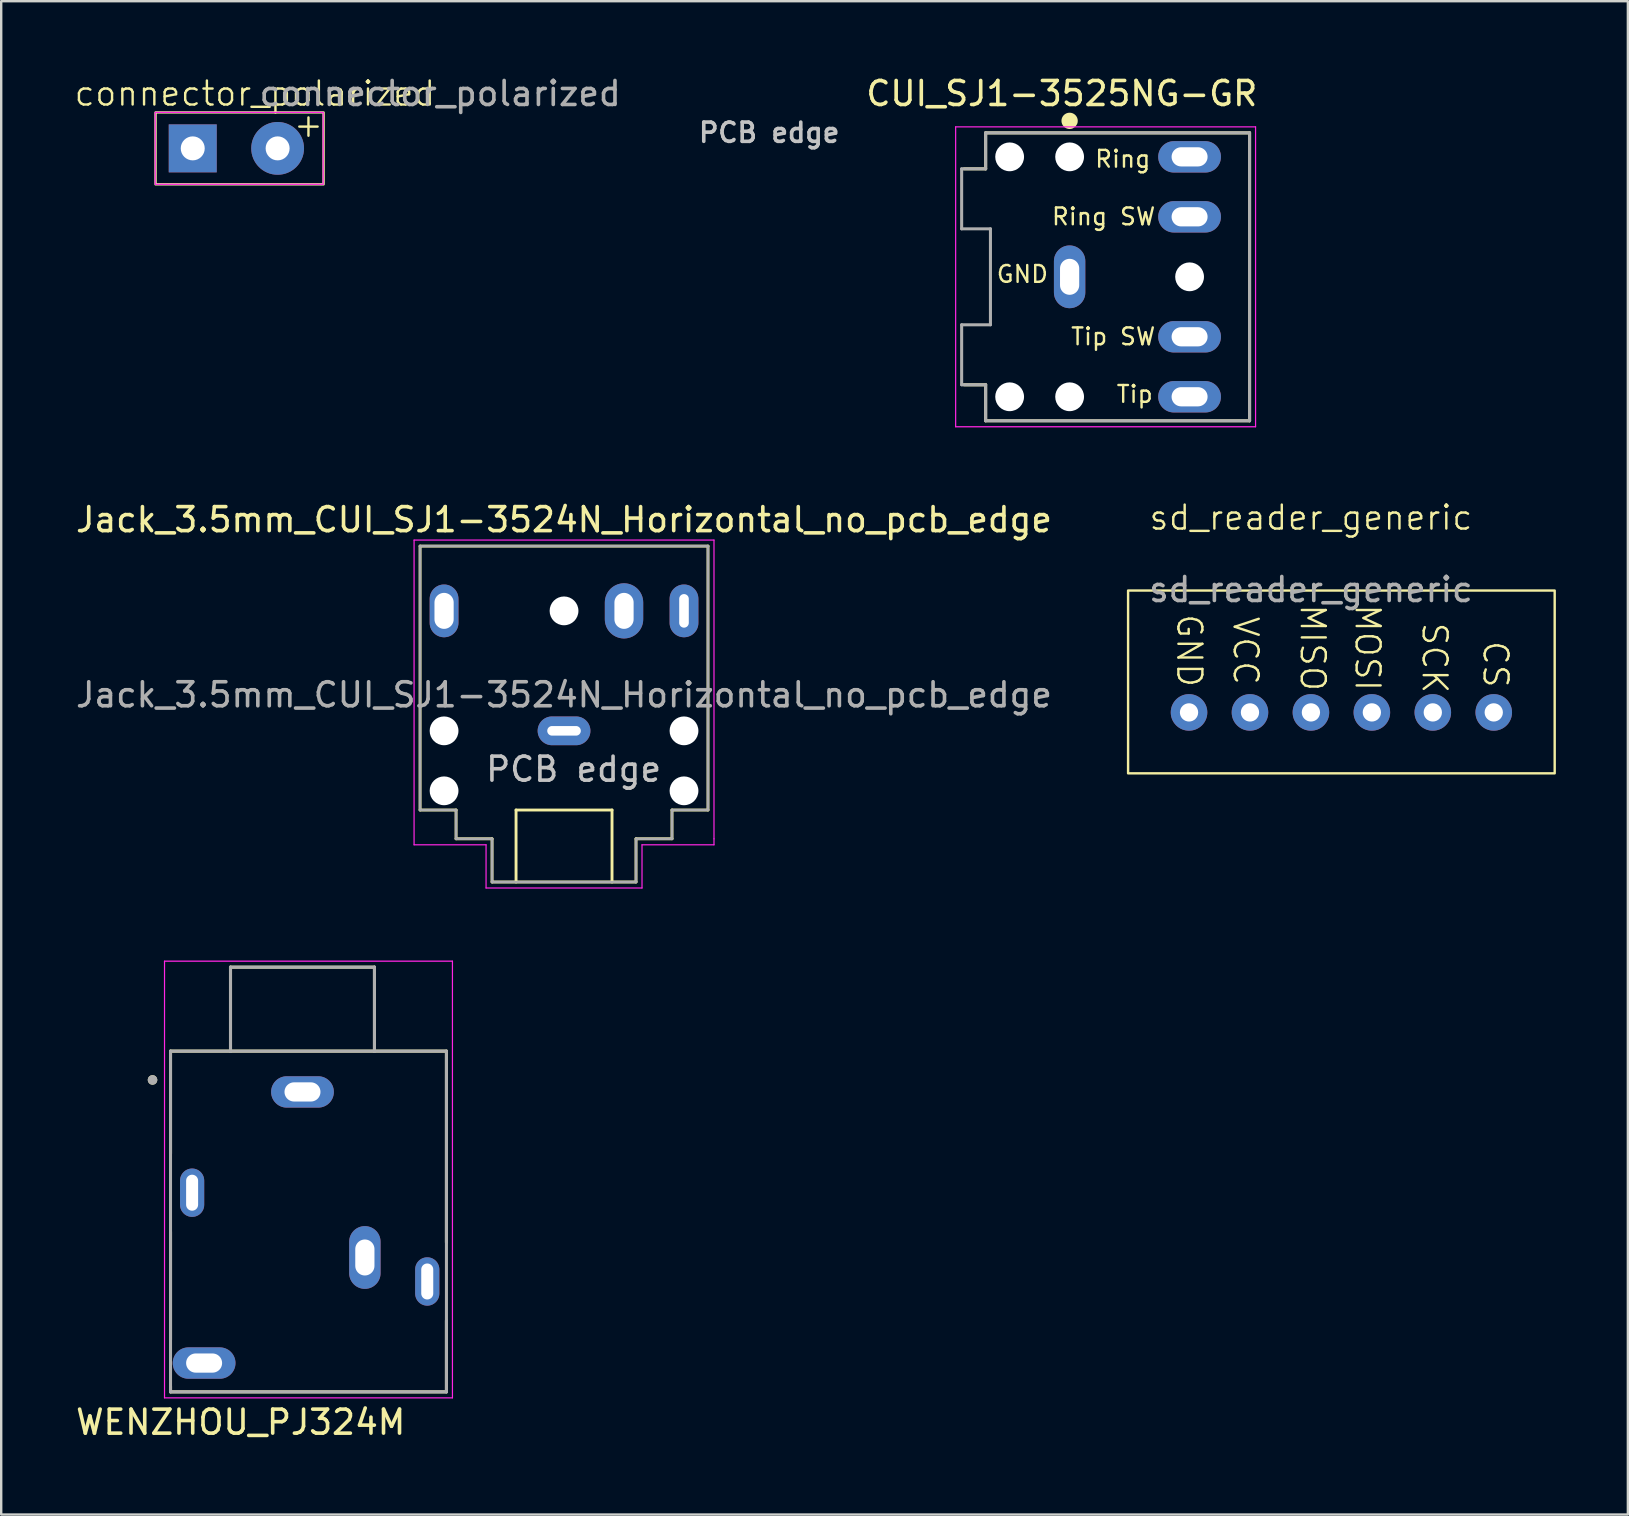
<source format=kicad_pcb>
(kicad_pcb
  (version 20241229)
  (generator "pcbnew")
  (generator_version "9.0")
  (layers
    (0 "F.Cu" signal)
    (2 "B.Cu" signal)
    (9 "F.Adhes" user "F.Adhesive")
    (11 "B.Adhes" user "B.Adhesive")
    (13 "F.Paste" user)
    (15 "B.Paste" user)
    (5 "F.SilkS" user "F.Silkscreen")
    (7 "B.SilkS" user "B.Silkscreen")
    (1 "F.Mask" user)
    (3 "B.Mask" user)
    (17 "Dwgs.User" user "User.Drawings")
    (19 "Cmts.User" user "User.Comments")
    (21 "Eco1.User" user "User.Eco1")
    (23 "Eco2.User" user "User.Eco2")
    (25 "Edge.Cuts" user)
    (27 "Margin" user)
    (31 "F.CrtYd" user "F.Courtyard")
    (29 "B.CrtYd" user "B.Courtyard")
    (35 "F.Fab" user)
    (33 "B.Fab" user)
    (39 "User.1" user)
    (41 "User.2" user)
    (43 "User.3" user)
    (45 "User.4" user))
  (footprint "CUI_SJ1-3525NG-GR"
    (layer "F.Cu")
    (at 41.53 8.487)
    (property "Reference" "CUI_SJ1-3525NG-GR" (at -0.325 -7.638 0) (layer "F.SilkS") (effects (font (size 1 1) (thickness 0.15))))
    (attr through_hole)
    (fp_line (start -4.4 4.5) (end -3.5 4.5) (stroke (width 0.127) (type solid)) (layer "F.SilkS"))
    (fp_line (start -3.5 -6) (end -3.5 -4.5) (stroke (width 0.127) (type solid)) (layer "F.SilkS"))
    (fp_line (start -3.5 -4.5) (end -4.4 -4.5) (stroke (width 0.127) (type solid)) (layer "F.SilkS"))
    (fp_line (start -3.5 4.5) (end -3.5 6) (stroke (width 0.127) (type solid)) (layer "F.SilkS"))
    (fp_line (start 7.5 -6) (end -3.5 -6) (stroke (width 0.127) (type solid)) (layer "F.SilkS"))
    (fp_line (start 7.5 -6) (end 7.5 6) (stroke (width 0.127) (type solid)) (layer "F.SilkS"))
    (fp_line (start 7.5 6) (end -3.5 6) (stroke (width 0.127) (type solid)) (layer "F.SilkS"))
    (fp_circle (center 0 -6.5) (end 0.17 -6.5) (stroke (width 0.34) (type solid)) (fill no) (layer "F.SilkS"))
    (fp_line (start -4.75 -6.25) (end 7.75 -6.25) (stroke (width 0.05) (type solid)) (layer "F.CrtYd"))
    (fp_line (start -4.75 6.25) (end -4.75 -6.25) (stroke (width 0.05) (type solid)) (layer "F.CrtYd"))
    (fp_line (start 7.75 -6.25) (end 7.75 6.25) (stroke (width 0.05) (type solid)) (layer "F.CrtYd"))
    (fp_line (start 7.75 6.25) (end -4.75 6.25) (stroke (width 0.05) (type solid)) (layer "F.CrtYd"))
    (fp_line (start -4.5 -4.5) (end -4.5 -2) (stroke (width 0.127) (type solid)) (layer "F.Fab"))
    (fp_line (start -4.5 -2) (end -3.3 -2) (stroke (width 0.127) (type solid)) (layer "F.Fab"))
    (fp_line (start -4.5 2) (end -4.5 4.5) (stroke (width 0.127) (type solid)) (layer "F.Fab"))
    (fp_line (start -4.5 4.5) (end -3.5 4.5) (stroke (width 0.127) (type solid)) (layer "F.Fab"))
    (fp_line (start -3.5 -6) (end -3.5 -4.5) (stroke (width 0.127) (type solid)) (layer "F.Fab"))
    (fp_line (start -3.5 -4.5) (end -4.5 -4.5) (stroke (width 0.127) (type solid)) (layer "F.Fab"))
    (fp_line (start -3.5 4.5) (end -3.5 6) (stroke (width 0.127) (type solid)) (layer "F.Fab"))
    (fp_line (start -3.3 -2) (end -3.3 2) (stroke (width 0.127) (type solid)) (layer "F.Fab"))
    (fp_line (start -3.3 2) (end -4.5 2) (stroke (width 0.127) (type solid)) (layer "F.Fab"))
    (fp_line (start 7.5 -6) (end -3.5 -6) (stroke (width 0.127) (type solid)) (layer "F.Fab"))
    (fp_line (start 7.5 -6) (end 7.5 6) (stroke (width 0.127) (type solid)) (layer "F.Fab"))
    (fp_line (start 7.5 6) (end -3.5 6) (stroke (width 0.127) (type solid)) (layer "F.Fab"))
    (fp_text user "Ring SW" (at -0.8 -2.1 0) (unlocked yes) (layer "F.SilkS") (effects (font (size 0.7 0.7) (thickness 0.1)) (justify left bottom)))
    (fp_text user "Tip SW" (at 0 2.9 0) (unlocked yes) (layer "F.SilkS") (effects (font (size 0.7 0.7) (thickness 0.1)) (justify left bottom)))
    (fp_text user "Ring" (at 1 -4.5 0) (unlocked yes) (layer "F.SilkS") (effects (font (size 0.7 0.7) (thickness 0.1)) (justify left bottom)))
    (fp_text user "GND" (at -3.1 0.3 0) (unlocked yes) (layer "F.SilkS") (effects (font (size 0.7 0.7) (thickness 0.1)) (justify left bottom)))
    (fp_text user "Tip" (at 1.9 5.3 0) (unlocked yes) (layer "F.SilkS") (effects (font (size 0.7 0.7) (thickness 0.1)) (justify left bottom)))
    (fp_text user "PCB edge" (at -12.521 -6.01 0) (layer "Dwgs.User") (effects (font (size 0.801 0.801) (thickness 0.15))))
    (pad "" np_thru_hole circle (at -2.5 -5) (size 1.2 1.2) (drill 1.2) (layers "*.Cu" "*.Mask"))
    (pad "" np_thru_hole circle (at -2.5 5) (size 1.2 1.2) (drill 1.2) (layers "*.Cu" "*.Mask"))
    (pad "" np_thru_hole circle (at 0 -5) (size 1.2 1.2) (drill 1.2) (layers "*.Cu" "*.Mask"))
    (pad "" np_thru_hole circle (at 0 5) (size 1.2 1.2) (drill 1.2) (layers "*.Cu" "*.Mask"))
    (pad "" np_thru_hole circle (at 5 0) (size 1.2 1.2) (drill 1.2) (layers "*.Cu" "*.Mask"))
    (pad "1" thru_hole oval (at 0 0) (size 1.308 2.616) (drill oval 0.8 1.5) (layers "*.Cu" "*.Mask"))
    (pad "2" thru_hole oval (at 5 5) (size 2.616 1.308) (drill oval 1.5 0.8) (layers "*.Cu" "*.Mask"))
    (pad "3" thru_hole oval (at 5 -5) (size 2.616 1.308) (drill oval 1.5 0.8) (layers "*.Cu" "*.Mask"))
    (pad "4" thru_hole oval (at 5 2.5) (size 2.616 1.308) (drill oval 1.5 0.8) (layers "*.Cu" "*.Mask"))
    (pad "5" thru_hole oval (at 5 -2.5) (size 2.616 1.308) (drill oval 1.5 0.8) (layers "*.Cu" "*.Mask")))
  (footprint "WENZHOU_PJ324M"
    (layer "F.Cu")
    (at 9.557 47.86)
    (property "Reference" "WENZHOU_PJ324M" (at -2.575 8.365 0) (layer "F.SilkS") (effects (font (size 1 1) (thickness 0.15))))
    (attr through_hole)
    (fp_line (start -5.5 -7.1) (end -3 -7.1) (stroke (width 0.127) (type solid)) (layer "F.SilkS"))
    (fp_line (start -5.5 -2.828) (end -5.5 -7.1) (stroke (width 0.127) (type solid)) (layer "F.SilkS"))
    (fp_line (start -5.5 0.428) (end -5.5 4.926) (stroke (width 0.127) (type solid)) (layer "F.SilkS"))
    (fp_line (start -5.5 7.1) (end -5.5 6.874) (stroke (width 0.127) (type solid)) (layer "F.SilkS"))
    (fp_line (start -3 -10.6) (end -3 -7.1) (stroke (width 0.127) (type solid)) (layer "F.SilkS"))
    (fp_line (start -3 -7.1) (end 3 -7.1) (stroke (width 0.127) (type solid)) (layer "F.SilkS"))
    (fp_line (start 3 -10.6) (end -3 -10.6) (stroke (width 0.127) (type solid)) (layer "F.SilkS"))
    (fp_line (start 3 -7.1) (end 3 -10.6) (stroke (width 0.127) (type solid)) (layer "F.SilkS"))
    (fp_line (start 3 -7.1) (end 6 -7.1) (stroke (width 0.127) (type solid)) (layer "F.SilkS"))
    (fp_line (start 6 -7.1) (end 6 0.872) (stroke (width 0.127) (type solid)) (layer "F.SilkS"))
    (fp_line (start 6 7.1) (end -5.5 7.1) (stroke (width 0.127) (type solid)) (layer "F.SilkS"))
    (fp_line (start 6 7.1) (end 6 4.128) (stroke (width 0.127) (type solid)) (layer "F.SilkS"))
    (fp_circle (center -6.25 -5.9) (end -6.15 -5.9) (stroke (width 0.2) (type solid)) (fill no) (layer "F.SilkS"))
    (fp_line (start -5.75 -10.85) (end -5.75 7.35) (stroke (width 0.05) (type solid)) (layer "F.CrtYd"))
    (fp_line (start -5.75 7.35) (end 6.25 7.35) (stroke (width 0.05) (type solid)) (layer "F.CrtYd"))
    (fp_line (start 6.25 -10.85) (end -5.75 -10.85) (stroke (width 0.05) (type solid)) (layer "F.CrtYd"))
    (fp_line (start 6.25 7.35) (end 6.25 -10.85) (stroke (width 0.05) (type solid)) (layer "F.CrtYd"))
    (fp_line (start -5.5 -7.1) (end -3 -7.1) (stroke (width 0.127) (type solid)) (layer "F.Fab"))
    (fp_line (start -5.5 7.1) (end -5.5 -7.1) (stroke (width 0.127) (type solid)) (layer "F.Fab"))
    (fp_line (start -3 -10.6) (end -3 -7.1) (stroke (width 0.127) (type solid)) (layer "F.Fab"))
    (fp_line (start -3 -7.1) (end 3 -7.1) (stroke (width 0.127) (type solid)) (layer "F.Fab"))
    (fp_line (start 3 -10.6) (end -3 -10.6) (stroke (width 0.127) (type solid)) (layer "F.Fab"))
    (fp_line (start 3 -7.1) (end 3 -10.6) (stroke (width 0.127) (type solid)) (layer "F.Fab"))
    (fp_line (start 3 -7.1) (end 6 -7.1) (stroke (width 0.127) (type solid)) (layer "F.Fab"))
    (fp_line (start 6 -7.1) (end 6 7.1) (stroke (width 0.127) (type solid)) (layer "F.Fab"))
    (fp_line (start 6 7.1) (end -5.5 7.1) (stroke (width 0.127) (type solid)) (layer "F.Fab"))
    (fp_circle (center -6.25 -5.9) (end -6.15 -5.9) (stroke (width 0.2) (type solid)) (fill no) (layer "F.Fab"))
    (pad "1" thru_hole oval (at 0 -5.4) (size 2.616 1.308) (drill oval 1.5 0.8) (layers "*.Cu" "*.Mask"))
    (pad "2" thru_hole oval (at 5.2 2.5) (size 1.008 2.016) (drill oval 0.5 1.5) (layers "*.Cu" "*.Mask"))
    (pad "3" thru_hole oval (at 2.6 1.5) (size 1.308 2.616) (drill oval 0.8 1.5) (layers "*.Cu" "*.Mask"))
    (pad "4" thru_hole oval (at -4.1 5.9) (size 2.616 1.308) (drill oval 1.5 0.8) (layers "*.Cu" "*.Mask"))
    (pad "5" thru_hole oval (at -4.6 -1.2) (size 1.008 2.016) (drill oval 0.5 1.5) (layers "*.Cu" "*.Mask")))
  (footprint "Jack_3.5mm_CUI_SJ1-3524N_Horizontal_no_pcb_edge"
    (layer "F.Cu")
    (at 20.458 27.41)
    (property "Reference" "Jack_3.5mm_CUI_SJ1-3524N_Horizontal_no_pcb_edge" (at 0 -8.8 180) (layer "F.SilkS") (effects (font (size 1 1) (thickness 0.15))))
    (attr through_hole exclude_from_pos_files allow_missing_courtyard)
    (fp_line (start -6 -7.7) (end 6 -7.7) (stroke (width 0.12) (type solid)) (layer "F.SilkS"))
    (fp_line (start -6 3.3) (end -6 -7.7) (stroke (width 0.12) (type solid)) (layer "F.SilkS"))
    (fp_line (start -4.5 3.3) (end -6 3.3) (stroke (width 0.12) (type solid)) (layer "F.SilkS"))
    (fp_line (start -4.5 4.5) (end -4.5 3.3) (stroke (width 0.12) (type solid)) (layer "F.SilkS"))
    (fp_line (start -3 4.5) (end -4.5 4.5) (stroke (width 0.12) (type solid)) (layer "F.SilkS"))
    (fp_line (start -3 6.3) (end -3 4.5) (stroke (width 0.12) (type solid)) (layer "F.SilkS"))
    (fp_line (start -2 3.3) (end -2 6.3) (stroke (width 0.12) (type solid)) (layer "F.SilkS"))
    (fp_line (start 2 3.3) (end -2 3.3) (stroke (width 0.12) (type solid)) (layer "F.SilkS"))
    (fp_line (start 2 6.3) (end 2 3.3) (stroke (width 0.12) (type solid)) (layer "F.SilkS"))
    (fp_line (start 3 4.5) (end 3 6.3) (stroke (width 0.12) (type solid)) (layer "F.SilkS"))
    (fp_line (start 3 6.3) (end -3 6.3) (stroke (width 0.12) (type solid)) (layer "F.SilkS"))
    (fp_line (start 4.5 3.3) (end 4.5 4.5) (stroke (width 0.12) (type solid)) (layer "F.SilkS"))
    (fp_line (start 4.5 4.5) (end 3 4.5) (stroke (width 0.12) (type solid)) (layer "F.SilkS"))
    (fp_line (start 6 -7.7) (end 6 3.3) (stroke (width 0.12) (type solid)) (layer "F.SilkS"))
    (fp_line (start 6 3.3) (end 4.5 3.3) (stroke (width 0.12) (type solid)) (layer "F.SilkS"))
    (fp_line (start -6.25 -7.95) (end -6.25 4.75) (stroke (width 0.05) (type solid)) (layer "F.CrtYd"))
    (fp_line (start -6.25 4.75) (end -3.25 4.75) (stroke (width 0.05) (type solid)) (layer "F.CrtYd"))
    (fp_line (start -3.25 4.75) (end -3.25 6.55) (stroke (width 0.05) (type solid)) (layer "F.CrtYd"))
    (fp_line (start -3.25 6.55) (end 3.25 6.55) (stroke (width 0.05) (type solid)) (layer "F.CrtYd"))
    (fp_line (start 3.25 4.75) (end 6.25 4.75) (stroke (width 0.05) (type solid)) (layer "F.CrtYd"))
    (fp_line (start 3.25 6.55) (end 3.25 4.75) (stroke (width 0.05) (type solid)) (layer "F.CrtYd"))
    (fp_line (start 6.25 -7.95) (end -6.25 -7.95) (stroke (width 0.05) (type solid)) (layer "F.CrtYd"))
    (fp_line (start 6.25 4.5) (end 6.25 -7.95) (stroke (width 0.05) (type solid)) (layer "F.CrtYd"))
    (fp_line (start 6.25 4.75) (end 6.25 4.5) (stroke (width 0.05) (type solid)) (layer "F.CrtYd"))
    (fp_line (start -6 -7.7) (end 6 -7.7) (stroke (width 0.1) (type solid)) (layer "F.Fab"))
    (fp_line (start -6 3.3) (end -6 -7.7) (stroke (width 0.1) (type solid)) (layer "F.Fab"))
    (fp_line (start -4.5 3.3) (end -6 3.3) (stroke (width 0.1) (type solid)) (layer "F.Fab"))
    (fp_line (start -4.5 4.5) (end -4.5 3.3) (stroke (width 0.1) (type solid)) (layer "F.Fab"))
    (fp_line (start -4.5 4.5) (end -3 4.5) (stroke (width 0.1) (type solid)) (layer "F.Fab"))
    (fp_line (start -3 4.5) (end -3 6.3) (stroke (width 0.1) (type solid)) (layer "F.Fab"))
    (fp_line (start -3 6.3) (end 3 6.3) (stroke (width 0.1) (type solid)) (layer "F.Fab"))
    (fp_line (start 3 4.5) (end 3 6.3) (stroke (width 0.1) (type solid)) (layer "F.Fab"))
    (fp_line (start 4.5 3.3) (end 6 3.3) (stroke (width 0.1) (type solid)) (layer "F.Fab"))
    (fp_line (start 4.5 4.5) (end 3 4.5) (stroke (width 0.1) (type solid)) (layer "F.Fab"))
    (fp_line (start 4.5 4.5) (end 4.5 3.3) (stroke (width 0.1) (type solid)) (layer "F.Fab"))
    (fp_line (start 6 3.3) (end 6 -7.7) (stroke (width 0.1) (type solid)) (layer "F.Fab"))
    (fp_text user "PCB edge" (at 0.4 1.6 0) (unlocked yes) (layer "Dwgs.User") (effects (font (size 1 1) (thickness 0.15))))
    (fp_text user "${REFERENCE}" (at 0 -1.5 180) (layer "F.Fab") (effects (font (size 1 1) (thickness 0.15))))
    (pad "" np_thru_hole circle (at -5 0) (size 1.2 1.2) (drill 1.2) (layers "*.Cu" "*.Mask"))
    (pad "" np_thru_hole circle (at -5 2.5) (size 1.2 1.2) (drill 1.2) (layers "*.Cu" "*.Mask"))
    (pad "" np_thru_hole circle (at 0 -5) (size 1.2 1.2) (drill 1.2) (layers "*.Cu" "*.Mask"))
    (pad "" np_thru_hole circle (at 5 0) (size 1.2 1.2) (drill 1.2) (layers "*.Cu" "*.Mask"))
    (pad "" np_thru_hole circle (at 5 2.5) (size 1.2 1.2) (drill 1.2) (layers "*.Cu" "*.Mask"))
    (pad "R" thru_hole oval (at -5 -5) (size 1.2 2.2) (drill oval 0.8 1.5) (layers "*.Cu" "*.Mask"))
    (pad "S" thru_hole oval (at 0 0) (size 2.2 1.2) (drill oval 1.4 0.4) (layers "*.Cu" "*.Mask"))
    (pad "T" thru_hole oval (at 5 -5 180) (size 1.2 2.2) (drill oval 0.4 1.4) (layers "*.Cu" "*.Mask"))
    (pad "TN" thru_hole oval (at 2.5 -5 180) (size 1.6 2.3) (drill oval 0.8 1.5) (layers "*.Cu" "*.Mask")))
  (footprint "sd_reader_generic"
    (layer "F.Cu")
    (at 51.587 19.022)
    (property "Reference" "sd_reader_generic" (at 0 -0.5 0) (unlocked yes) (layer "F.SilkS") (effects (font (size 1 1) (thickness 0.1))))
    (attr through_hole)
    (fp_rect (start -7.62 2.54) (end 10.16 10.16) (stroke (width 0.1) (type default)) (fill no) (layer "F.SilkS"))
    (fp_text user "VCC" (at -3.302 3.556 270) (unlocked yes) (layer "F.SilkS") (effects (font (size 1 1) (thickness 0.1)) (justify left bottom)))
    (fp_text user "CS" (at 7.112 4.572 270) (unlocked yes) (layer "F.SilkS") (effects (font (size 1 1) (thickness 0.1)) (justify left bottom)))
    (fp_text user "SCK" (at 4.572 3.81 270) (unlocked yes) (layer "F.SilkS") (effects (font (size 1 1) (thickness 0.1)) (justify left bottom)))
    (fp_text user "MISO" (at -0.508 3.048 270) (unlocked yes) (layer "F.SilkS") (effects (font (size 1 1) (thickness 0.1)) (justify left bottom)))
    (fp_text user "GND" (at -5.651 3.456 270) (unlocked yes) (layer "F.SilkS") (effects (font (size 1 1) (thickness 0.1)) (justify left bottom)))
    (fp_text user "MOSI" (at 1.778 3.048 270) (unlocked yes) (layer "F.SilkS") (effects (font (size 1 1) (thickness 0.1)) (justify left bottom)))
    (fp_text user "${REFERENCE}" (at 0 2.5 0) (unlocked yes) (layer "F.Fab") (effects (font (size 1 1) (thickness 0.15))))
    (pad "1" thru_hole circle (at -5.08 7.62) (size 1.524 1.524) (drill 0.762) (layers "*.Cu" "*.Mask"))
    (pad "2" thru_hole circle (at -2.54 7.62) (size 1.524 1.524) (drill 0.762) (layers "*.Cu" "*.Mask"))
    (pad "3" thru_hole circle (at 0 7.62) (size 1.524 1.524) (drill 0.762) (layers "*.Cu" "*.Mask"))
    (pad "4" thru_hole circle (at 2.54 7.62) (size 1.524 1.524) (drill 0.762) (layers "*.Cu" "*.Mask"))
    (pad "5" thru_hole circle (at 5.08 7.62) (size 1.524 1.524) (drill 0.762) (layers "*.Cu" "*.Mask"))
    (pad "6" thru_hole circle (at 7.62 7.62) (size 1.524 1.524) (drill 0.762) (layers "*.Cu" "*.Mask")))
  (footprint "connector_polarized"
    (layer "F.Cu")
    (at 7.421 1.534)
    (property "Reference" "connector_polarized" (at 0.152 -0.686 0) (unlocked yes) (layer "F.SilkS") (effects (font (size 1 1) (thickness 0.1))))
    (attr through_hole)
    (fp_rect (start -3.988 0.102) (end 3.015 3.099) (stroke (width 0.1) (type default)) (fill no) (layer "F.SilkS"))
    (fp_rect (start -4 0.1) (end 3 3.1) (stroke (width 0.05) (type default)) (fill no) (layer "F.CrtYd"))
    (fp_text user "+" (at 1.7 1.2 0) (unlocked yes) (layer "F.SilkS") (effects (font (size 1 1) (thickness 0.1)) (justify left bottom)))
    (fp_text user "${REFERENCE}" (at 7.874 -0.686 0) (unlocked yes) (layer "F.Fab") (effects (font (size 1 1) (thickness 0.15))))
    (pad "1" thru_hole rect (at -2.438 1.6) (size 2 2) (drill 1) (layers "*.Cu" "*.Mask"))
    (pad "2" thru_hole circle (at 1.1 1.6) (size 2.2 2.2) (drill 1) (layers "*.Cu" "*.Mask")))
  (gr_rect
    (start -3 -3)
    (end 64.797 60.073)
    (stroke (width 0.1) (type default))
    (fill no)
    (layer "Edge.Cuts")))
</source>
